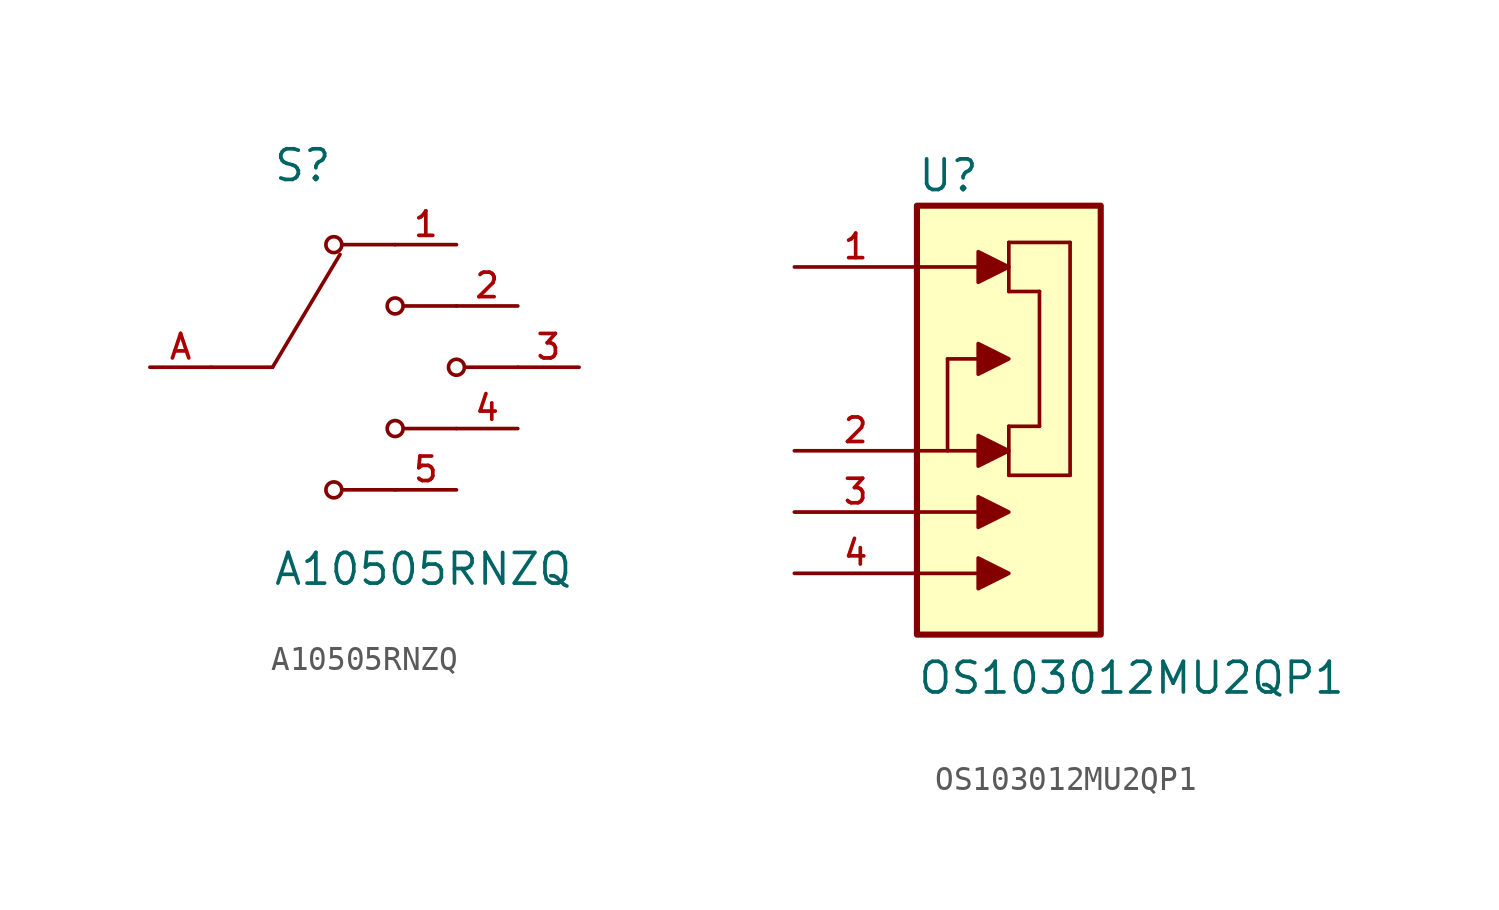
<source format=kicad_sym>
(kicad_symbol_lib
  (version 20231120)
  (generator "kicad_symbol_editor")
  (generator_version "8.0")
  (symbol "A10505RNZQ"
    (pin_names
      (offset 1.016))
    (property "Reference" "S"
      (at -5.08 7.62 0)
      (effects (font (size 1.27 1.27)) (justify left bottom)))
    (property "Value" "A10505RNZQ"
      (at -5.08 -7.62 0)
      (effects (font (size 1.27 1.27)) (justify left top)))
    (symbol "A10505RNZQ_0_0"
      (circle (center -2.54 -5.08) (radius 0.33) (stroke (width 0.152) (type default)) (fill (type none)))
      (circle (center -2.54 5.08) (radius 0.33) (stroke (width 0.152) (type default)) (fill (type none)))
      (circle (center 0 -2.54) (radius 0.33) (stroke (width 0.152) (type default)) (fill (type none)))
      (polyline (pts (xy -5.08 0) (xy -7.62 0)) (stroke (width 0.152) (type default)) (fill (type none)))
      (polyline (pts (xy -5.08 0) (xy -2.286 4.674)) (stroke (width 0.152) (type default)) (fill (type none)))
      (polyline (pts (xy 0 -5.08) (xy -2.159 -5.08)) (stroke (width 0.152) (type default)) (fill (type none)))
      (polyline (pts (xy 0 5.08) (xy -2.159 5.08)) (stroke (width 0.152) (type default)) (fill (type none)))
      (polyline (pts (xy 2.54 -2.54) (xy 0.381 -2.54)) (stroke (width 0.152) (type default)) (fill (type none)))
      (polyline (pts (xy 2.54 2.54) (xy 0.381 2.54)) (stroke (width 0.152) (type default)) (fill (type none)))
      (polyline (pts (xy 5.08 0) (xy 2.921 0)) (stroke (width 0.152) (type default)) (fill (type none)))
      (circle (center 0 2.54) (radius 0.33) (stroke (width 0.152) (type default)) (fill (type none)))
      (circle (center 2.54 0) (radius 0.33) (stroke (width 0.152) (type default)) (fill (type none)))
      (pin passive line (at 2.54 5.08 180) (length 2.54) (name "~" (effects (font (size 1.016 1.016)))) (number "1" (effects (font (size 1.016 1.016)))))
      (pin passive line (at 5.08 2.54 180) (length 2.54) (name "~" (effects (font (size 1.016 1.016)))) (number "2" (effects (font (size 1.016 1.016)))))
      (pin passive line (at 7.62 0 180) (length 2.54) (name "~" (effects (font (size 1.016 1.016)))) (number "3" (effects (font (size 1.016 1.016)))))
      (pin passive line (at 5.08 -2.54 180) (length 2.54) (name "~" (effects (font (size 1.016 1.016)))) (number "4" (effects (font (size 1.016 1.016)))))
      (pin passive line (at 2.54 -5.08 180) (length 2.54) (name "~" (effects (font (size 1.016 1.016)))) (number "5" (effects (font (size 1.016 1.016)))))
      (pin passive line (at -10.16 0 0) (length 2.54) (name "~" (effects (font (size 1.016 1.016)))) (number "A" (effects (font (size 1.016 1.016)))))))
  (symbol "OS103012MU2QP1"
    (pin_names
      (offset 1.016))
    (property "Reference" "U"
      (at -2.54 8.128 0)
      (effects (font (size 1.27 1.27)) (justify left bottom)))
    (property "Value" "OS103012MU2QP1"
      (at -2.54 -12.7 0)
      (effects (font (size 1.27 1.27)) (justify left bottom)))
    (symbol "OS103012MU2QP1_0_0"
      (rectangle (start -2.54 -10.16) (end 5.08 7.62) (stroke (width 0.254) (type default)) (fill (type background)))
      (polyline (pts (xy -2.54 -7.62) (xy 0 -7.62)) (stroke (width 0.152) (type default)) (fill (type none)))
      (polyline (pts (xy -2.54 -5.08) (xy 0 -5.08)) (stroke (width 0.152) (type default)) (fill (type none)))
      (polyline (pts (xy -2.54 -2.54) (xy 0 -2.54)) (stroke (width 0.152) (type default)) (fill (type none)))
      (polyline (pts (xy -2.54 5.08) (xy 0 5.08)) (stroke (width 0.152) (type default)) (fill (type none)))
      (polyline (pts (xy -1.27 -2.54) (xy -1.27 1.27)) (stroke (width 0.152) (type default)) (fill (type none)))
      (polyline (pts (xy -1.27 1.27) (xy 0 1.27)) (stroke (width 0.152) (type default)) (fill (type none)))
      (polyline (pts (xy 1.27 -3.556) (xy 3.81 -3.556)) (stroke (width 0.152) (type default)) (fill (type none)))
      (polyline (pts (xy 1.27 -1.524) (xy 1.27 -3.556)) (stroke (width 0.152) (type default)) (fill (type none)))
      (polyline (pts (xy 1.27 4.064) (xy 2.54 4.064)) (stroke (width 0.152) (type default)) (fill (type none)))
      (polyline (pts (xy 1.27 6.096) (xy 1.27 4.064)) (stroke (width 0.152) (type default)) (fill (type none)))
      (polyline (pts (xy 2.54 -1.524) (xy 1.27 -1.524)) (stroke (width 0.152) (type default)) (fill (type none)))
      (polyline (pts (xy 2.54 4.064) (xy 2.54 -1.524)) (stroke (width 0.152) (type default)) (fill (type none)))
      (polyline (pts (xy 3.81 -3.556) (xy 3.81 6.096)) (stroke (width 0.152) (type default)) (fill (type none)))
      (polyline (pts (xy 3.81 6.096) (xy 1.27 6.096)) (stroke (width 0.152) (type default)) (fill (type none)))
      (polyline (pts (xy 0 -6.985) (xy 0 -8.255) (xy 1.27 -7.62) (xy 0 -6.985)) (stroke (width 0.152) (type default)) (fill (type outline)))
      (polyline (pts (xy 0 -4.445) (xy 0 -5.715) (xy 1.27 -5.08) (xy 0 -4.445)) (stroke (width 0.152) (type default)) (fill (type outline)))
      (polyline (pts (xy 0 -1.905) (xy 0 -3.175) (xy 1.27 -2.54) (xy 0 -1.905)) (stroke (width 0.152) (type default)) (fill (type outline)))
      (polyline (pts (xy 0 1.905) (xy 0 0.635) (xy 1.27 1.27) (xy 0 1.905)) (stroke (width 0.152) (type default)) (fill (type outline)))
      (polyline (pts (xy 0 5.715) (xy 0 4.445) (xy 1.27 5.08) (xy 0 5.715)) (stroke (width 0.152) (type default)) (fill (type outline)))
      (pin passive line (at -7.62 5.08 0) (length 5.08) (name "~" (effects (font (size 1.016 1.016)))) (number "1" (effects (font (size 1.016 1.016)))))
      (pin passive line (at -7.62 -2.54 0) (length 5.08) (name "~" (effects (font (size 1.016 1.016)))) (number "2" (effects (font (size 1.016 1.016)))))
      (pin passive line (at -7.62 -5.08 0) (length 5.08) (name "~" (effects (font (size 1.016 1.016)))) (number "3" (effects (font (size 1.016 1.016)))))
      (pin passive line (at -7.62 -7.62 0) (length 5.08) (name "~" (effects (font (size 1.016 1.016)))) (number "4" (effects (font (size 1.016 1.016))))))))
</source>
